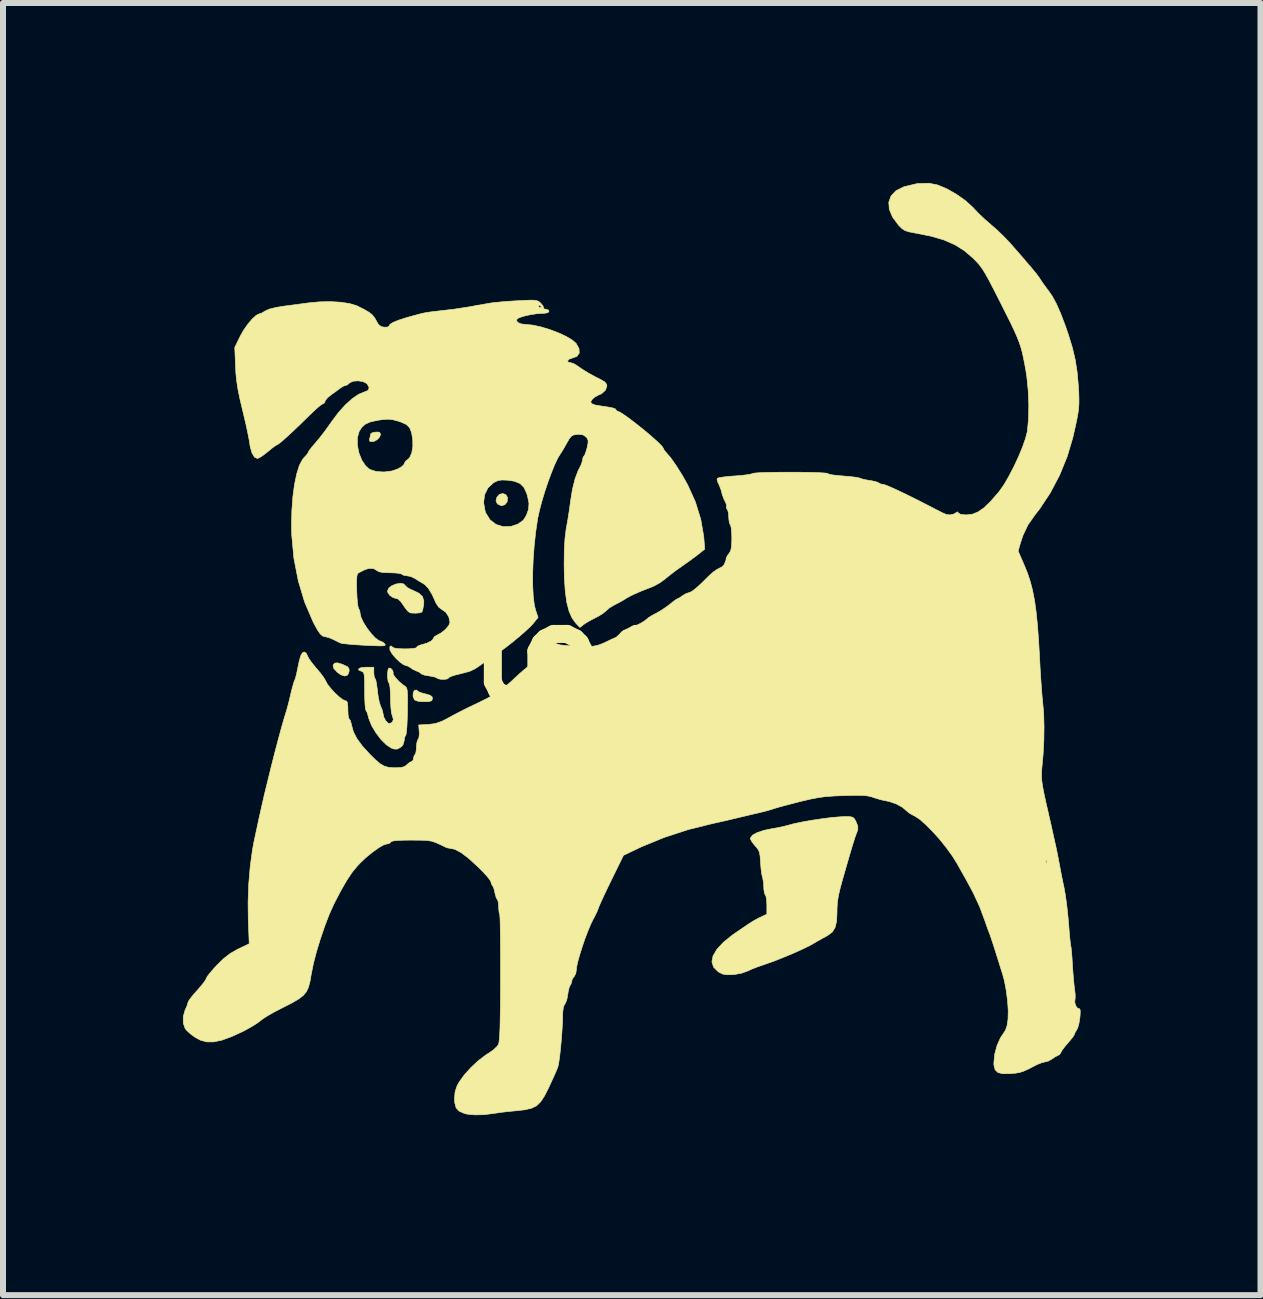
<source format=kicad_pcb>
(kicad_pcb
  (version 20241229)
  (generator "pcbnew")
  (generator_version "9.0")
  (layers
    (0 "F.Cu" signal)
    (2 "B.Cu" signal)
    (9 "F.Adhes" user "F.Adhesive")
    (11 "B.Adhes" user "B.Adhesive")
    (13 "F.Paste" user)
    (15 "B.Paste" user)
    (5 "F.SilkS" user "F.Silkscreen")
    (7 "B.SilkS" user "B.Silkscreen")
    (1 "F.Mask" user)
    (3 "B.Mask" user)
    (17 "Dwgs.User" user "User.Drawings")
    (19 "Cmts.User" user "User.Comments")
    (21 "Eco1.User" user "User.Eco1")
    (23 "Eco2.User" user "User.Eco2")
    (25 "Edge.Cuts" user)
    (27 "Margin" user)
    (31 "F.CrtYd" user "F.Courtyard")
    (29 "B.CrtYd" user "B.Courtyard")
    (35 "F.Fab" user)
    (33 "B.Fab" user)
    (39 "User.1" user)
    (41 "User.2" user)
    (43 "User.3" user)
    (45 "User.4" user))
  (footprint "logo"
    (layer "F.Cu")
    (at 7.271 7.845)
    (property "Reference" "logo" (at 0 0 0) (layer "F.SilkS") (effects (font (size 1.524 1.524) (thickness 0.3))))
    (attr through_hole)
    (fp_poly (pts (xy -1.888 -2.648) (xy -1.859 -2.599) (xy -1.859 -2.596) (xy -1.867 -2.526) (xy -1.906 -2.48) (xy -1.961 -2.464) (xy -2.017 -2.487) (xy -2.033 -2.503) (xy -2.052 -2.546) (xy -2.037 -2.603) (xy -2.036 -2.606) (xy -1.994 -2.653) (xy -1.939 -2.667) (xy -1.888 -2.648)) (stroke (width 0.01) (type solid)) (fill yes) (layer "F.SilkS"))
    (fp_poly (pts (xy -4.618 0.179) (xy -4.586 0.192) (xy -4.525 0.223) (xy -4.501 0.257) (xy -4.501 0.299) (xy -4.524 0.358) (xy -4.573 0.376) (xy -4.641 0.354) (xy -4.701 0.31) (xy -4.758 0.246) (xy -4.768 0.196) (xy -4.768 0.194) (xy -4.742 0.161) (xy -4.695 0.156) (xy -4.618 0.179)) (stroke (width 0.01) (type solid)) (fill yes) (layer "F.SilkS"))
    (fp_poly (pts (xy -3.991 -3.685) (xy -3.976 -3.652) (xy -3.994 -3.607) (xy -4.034 -3.564) (xy -4.086 -3.537) (xy -4.1 -3.535) (xy -4.15 -3.534) (xy -4.163 -3.554) (xy -4.157 -3.586) (xy -4.144 -3.638) (xy -4.141 -3.661) (xy -4.119 -3.678) (xy -4.07 -3.69) (xy -4.018 -3.692) (xy -3.991 -3.685)) (stroke (width 0.01) (type solid)) (fill yes) (layer "F.SilkS"))
    (fp_poly (pts (xy -3.357 0.627) (xy -3.324 0.647) (xy -3.259 0.667) (xy -3.226 0.675) (xy -3.152 0.696) (xy -3.118 0.721) (xy -3.111 0.749) (xy -3.122 0.785) (xy -3.163 0.8) (xy -3.2 0.803) (xy -3.284 0.802) (xy -3.356 0.795) (xy -3.409 0.774) (xy -3.432 0.723) (xy -3.435 0.707) (xy -3.431 0.65) (xy -3.408 0.613) (xy -3.376 0.609) (xy -3.357 0.627)) (stroke (width 0.01) (type solid)) (fill yes) (layer "F.SilkS"))
    (fp_poly (pts (xy -3.592 -1.16) (xy -3.566 -1.133) (xy -3.536 -1.103) (xy -3.475 -1.069) (xy -3.443 -1.056) (xy -3.339 -1.006) (xy -3.278 -0.949) (xy -3.255 -0.876) (xy -3.258 -0.811) (xy -3.271 -0.742) (xy -3.284 -0.698) (xy -3.288 -0.691) (xy -3.326 -0.678) (xy -3.39 -0.672) (xy -3.459 -0.675) (xy -3.485 -0.679) (xy -3.522 -0.706) (xy -3.568 -0.762) (xy -3.594 -0.802) (xy -3.642 -0.869) (xy -3.686 -0.909) (xy -3.704 -0.914) (xy -3.767 -0.932) (xy -3.825 -0.973) (xy -3.858 -1.024) (xy -3.861 -1.04) (xy -3.84 -1.089) (xy -3.788 -1.13) (xy -3.719 -1.158) (xy -3.648 -1.17) (xy -3.592 -1.16)) (stroke (width 0.01) (type solid)) (fill yes) (layer "F.SilkS"))
    (fp_poly (pts (xy -4.089 0.316) (xy -4.084 0.379) (xy -4.07 0.415) (xy -4.068 0.417) (xy -4.055 0.447) (xy -4.042 0.514) (xy -4.03 0.605) (xy -4.029 0.621) (xy -4.015 0.724) (xy -3.996 0.817) (xy -3.975 0.88) (xy -3.974 0.882) (xy -3.948 0.944) (xy -3.937 0.992) (xy -3.923 1.059) (xy -3.89 1.122) (xy -3.849 1.162) (xy -3.828 1.168) (xy -3.782 1.148) (xy -3.763 1.1) (xy -3.779 1.041) (xy -3.781 1.038) (xy -3.794 0.991) (xy -3.804 0.905) (xy -3.81 0.794) (xy -3.81 0.751) (xy -3.813 0.645) (xy -3.819 0.559) (xy -3.829 0.506) (xy -3.835 0.495) (xy -3.851 0.462) (xy -3.859 0.399) (xy -3.859 0.327) (xy -3.851 0.268) (xy -3.838 0.243) (xy -3.807 0.247) (xy -3.777 0.279) (xy -3.765 0.316) (xy -3.769 0.325) (xy -3.761 0.356) (xy -3.725 0.407) (xy -3.67 0.465) (xy -3.608 0.518) (xy -3.584 0.535) (xy -3.561 0.551) (xy -3.545 0.571) (xy -3.534 0.603) (xy -3.529 0.655) (xy -3.526 0.735) (xy -3.527 0.852) (xy -3.528 0.967) (xy -3.532 1.102) (xy -3.537 1.219) (xy -3.545 1.307) (xy -3.553 1.358) (xy -3.558 1.367) (xy -3.575 1.396) (xy -3.581 1.448) (xy -3.604 1.526) (xy -3.638 1.561) (xy -3.696 1.593) (xy -3.749 1.593) (xy -3.797 1.576) (xy -3.881 1.521) (xy -3.971 1.431) (xy -4.055 1.319) (xy -4.126 1.2) (xy -4.172 1.085) (xy -4.181 1.049) (xy -4.198 0.988) (xy -4.218 0.952) (xy -4.219 0.951) (xy -4.228 0.921) (xy -4.235 0.852) (xy -4.24 0.751) (xy -4.242 0.631) (xy -4.242 0.624) (xy -4.242 0.493) (xy -4.245 0.404) (xy -4.251 0.348) (xy -4.261 0.317) (xy -4.278 0.302) (xy -4.293 0.297) (xy -4.339 0.277) (xy -4.341 0.255) (xy -4.304 0.237) (xy -4.232 0.229) (xy -4.216 0.229) (xy -4.089 0.229) (xy -4.089 0.316)) (stroke (width 0.01) (type solid)) (fill yes) (layer "F.SilkS"))
    (fp_poly (pts (xy 3.847 2.72) (xy 3.895 2.73) (xy 3.925 2.756) (xy 3.952 2.807) (xy 3.953 2.81) (xy 3.98 2.879) (xy 3.98 2.934) (xy 3.965 2.981) (xy 3.949 3.022) (xy 3.932 3.069) (xy 3.913 3.13) (xy 3.887 3.213) (xy 3.854 3.324) (xy 3.811 3.471) (xy 3.772 3.607) (xy 3.724 3.775) (xy 3.688 3.905) (xy 3.664 4.007) (xy 3.648 4.091) (xy 3.639 4.168) (xy 3.634 4.246) (xy 3.633 4.327) (xy 3.626 4.467) (xy 3.601 4.569) (xy 3.555 4.643) (xy 3.483 4.698) (xy 3.458 4.712) (xy 3.379 4.755) (xy 3.287 4.807) (xy 3.251 4.829) (xy 3.162 4.878) (xy 3.037 4.938) (xy 2.892 5.003) (xy 2.738 5.067) (xy 2.59 5.126) (xy 2.46 5.172) (xy 2.422 5.185) (xy 2.317 5.221) (xy 2.214 5.261) (xy 2.15 5.291) (xy 2.048 5.328) (xy 1.925 5.352) (xy 1.893 5.354) (xy 1.797 5.356) (xy 1.73 5.345) (xy 1.67 5.316) (xy 1.651 5.304) (xy 1.576 5.229) (xy 1.548 5.141) (xy 1.567 5.041) (xy 1.632 4.931) (xy 1.741 4.814) (xy 1.895 4.69) (xy 1.947 4.654) (xy 2.034 4.595) (xy 2.12 4.536) (xy 2.159 4.509) (xy 2.241 4.458) (xy 2.335 4.407) (xy 2.356 4.397) (xy 2.464 4.346) (xy 2.464 4.194) (xy 2.46 4.11) (xy 2.45 4.049) (xy 2.438 4.026) (xy 2.423 3.993) (xy 2.414 3.929) (xy 2.413 3.899) (xy 2.408 3.815) (xy 2.395 3.743) (xy 2.391 3.729) (xy 2.378 3.675) (xy 2.367 3.588) (xy 2.359 3.487) (xy 2.359 3.481) (xy 2.352 3.38) (xy 2.34 3.313) (xy 2.317 3.264) (xy 2.278 3.217) (xy 2.266 3.204) (xy 2.218 3.145) (xy 2.191 3.095) (xy 2.19 3.078) (xy 2.223 3.03) (xy 2.302 2.986) (xy 2.418 2.948) (xy 2.542 2.922) (xy 2.646 2.904) (xy 2.74 2.884) (xy 2.805 2.867) (xy 2.807 2.867) (xy 2.909 2.839) (xy 3.048 2.81) (xy 3.209 2.781) (xy 3.377 2.756) (xy 3.54 2.735) (xy 3.682 2.723) (xy 3.764 2.719) (xy 3.847 2.72)) (stroke (width 0.01) (type solid)) (fill yes) (layer "F.SilkS"))
    (fp_poly (pts (xy -1.409 -5.889) (xy -1.367 -5.881) (xy -1.337 -5.867) (xy -1.311 -5.845) (xy -1.307 -5.841) (xy -1.269 -5.796) (xy -1.259 -5.764) (xy -1.26 -5.762) (xy -1.25 -5.745) (xy -1.221 -5.74) (xy -1.179 -5.726) (xy -1.168 -5.705) (xy -1.189 -5.681) (xy -1.253 -5.671) (xy -1.276 -5.671) (xy -1.37 -5.665) (xy -1.476 -5.649) (xy -1.577 -5.627) (xy -1.658 -5.601) (xy -1.698 -5.581) (xy -1.711 -5.548) (xy -1.685 -5.517) (xy -1.628 -5.494) (xy -1.559 -5.486) (xy -1.441 -5.475) (xy -1.302 -5.445) (xy -1.154 -5.4) (xy -1.009 -5.345) (xy -0.88 -5.285) (xy -0.777 -5.223) (xy -0.716 -5.169) (xy -0.668 -5.082) (xy -0.664 -5.008) (xy -0.704 -4.953) (xy -0.785 -4.924) (xy -0.785 -4.924) (xy -0.835 -4.906) (xy -0.858 -4.879) (xy -0.848 -4.857) (xy -0.818 -4.851) (xy -0.763 -4.836) (xy -0.708 -4.804) (xy -0.622 -4.744) (xy -0.509 -4.674) (xy -0.386 -4.607) (xy -0.311 -4.57) (xy -0.239 -4.528) (xy -0.207 -4.487) (xy -0.203 -4.46) (xy -0.227 -4.39) (xy -0.29 -4.332) (xy -0.346 -4.308) (xy -0.404 -4.276) (xy -0.446 -4.24) (xy -0.473 -4.198) (xy -0.46 -4.167) (xy -0.405 -4.144) (xy -0.305 -4.127) (xy -0.184 -4.109) (xy -0.106 -4.094) (xy -0.064 -4.079) (xy -0.051 -4.063) (xy -0.051 -4.062) (xy -0.031 -4.04) (xy -0.023 -4.039) (xy 0.015 -4.023) (xy 0.082 -3.98) (xy 0.171 -3.917) (xy 0.273 -3.839) (xy 0.381 -3.753) (xy 0.487 -3.666) (xy 0.583 -3.582) (xy 0.662 -3.51) (xy 0.716 -3.455) (xy 0.737 -3.423) (xy 0.737 -3.422) (xy 0.753 -3.388) (xy 0.777 -3.36) (xy 0.859 -3.265) (xy 0.952 -3.133) (xy 1.051 -2.976) (xy 1.144 -2.811) (xy 1.272 -2.528) (xy 1.362 -2.237) (xy 1.411 -1.953) (xy 1.413 -1.931) (xy 1.428 -1.74) (xy 1.325 -1.657) (xy 1.251 -1.601) (xy 1.155 -1.531) (xy 1.057 -1.462) (xy 1.049 -1.456) (xy 0.949 -1.386) (xy 0.851 -1.311) (xy 0.773 -1.248) (xy 0.769 -1.244) (xy 0.682 -1.18) (xy 0.583 -1.125) (xy 0.54 -1.107) (xy 0.459 -1.076) (xy 0.39 -1.049) (xy 0.368 -1.04) (xy 0.304 -1.012) (xy 0.254 -0.991) (xy 0.193 -0.961) (xy 0.115 -0.918) (xy 0.089 -0.901) (xy 0.008 -0.854) (xy -0.07 -0.813) (xy -0.089 -0.804) (xy -0.161 -0.76) (xy -0.215 -0.713) (xy -0.267 -0.67) (xy -0.344 -0.622) (xy -0.397 -0.594) (xy -0.483 -0.55) (xy -0.559 -0.505) (xy -0.59 -0.483) (xy -0.653 -0.434) (xy -0.719 -0.503) (xy -0.783 -0.59) (xy -0.834 -0.706) (xy -0.872 -0.854) (xy -0.897 -1.039) (xy -0.912 -1.266) (xy -0.916 -1.486) (xy -0.913 -1.726) (xy -0.901 -1.924) (xy -0.881 -2.085) (xy -0.876 -2.108) (xy -0.852 -2.243) (xy -0.829 -2.391) (xy -0.811 -2.522) (xy -0.811 -2.527) (xy -0.778 -2.734) (xy -0.733 -2.913) (xy -0.679 -3.056) (xy -0.658 -3.094) (xy -0.626 -3.162) (xy -0.61 -3.219) (xy -0.61 -3.226) (xy -0.599 -3.273) (xy -0.587 -3.288) (xy -0.568 -3.319) (xy -0.546 -3.383) (xy -0.533 -3.43) (xy -0.517 -3.509) (xy -0.517 -3.557) (xy -0.535 -3.593) (xy -0.548 -3.609) (xy -0.6 -3.645) (xy -0.674 -3.654) (xy -0.696 -3.652) (xy -0.753 -3.645) (xy -0.793 -3.625) (xy -0.829 -3.582) (xy -0.874 -3.504) (xy -0.875 -3.502) (xy -0.92 -3.422) (xy -0.96 -3.356) (xy -0.981 -3.324) (xy -1.022 -3.258) (xy -1.072 -3.152) (xy -1.127 -3.016) (xy -1.184 -2.862) (xy -1.239 -2.698) (xy -1.288 -2.535) (xy -1.328 -2.383) (xy -1.357 -2.251) (xy -1.357 -2.248) (xy -1.39 -2.027) (xy -1.415 -1.796) (xy -1.432 -1.565) (xy -1.44 -1.342) (xy -1.44 -1.136) (xy -1.431 -0.955) (xy -1.413 -0.808) (xy -1.389 -0.714) (xy -1.35 -0.602) (xy -1.43 -0.502) (xy -1.485 -0.443) (xy -1.567 -0.367) (xy -1.667 -0.28) (xy -1.776 -0.19) (xy -1.883 -0.106) (xy -1.979 -0.036) (xy -2.054 0.014) (xy -2.089 0.032) (xy -2.127 0.058) (xy -2.134 0.074) (xy -2.155 0.1) (xy -2.182 0.114) (xy -2.231 0.138) (xy -2.297 0.183) (xy -2.325 0.204) (xy -2.405 0.257) (xy -2.489 0.296) (xy -2.512 0.303) (xy -2.595 0.325) (xy -2.693 0.35) (xy -2.724 0.357) (xy -2.794 0.379) (xy -2.837 0.4) (xy -2.845 0.41) (xy -2.866 0.425) (xy -2.917 0.431) (xy -2.976 0.429) (xy -3.021 0.419) (xy -3.033 0.41) (xy -3.065 0.394) (xy -3.128 0.38) (xy -3.165 0.374) (xy -3.238 0.362) (xy -3.289 0.344) (xy -3.299 0.336) (xy -3.333 0.31) (xy -3.377 0.292) (xy -3.44 0.263) (xy -3.474 0.238) (xy -3.525 0.208) (xy -3.551 0.203) (xy -3.599 0.183) (xy -3.663 0.135) (xy -3.729 0.071) (xy -3.785 0.003) (xy -3.818 -0.055) (xy -3.82 -0.061) (xy -3.822 -0.111) (xy -3.803 -0.128) (xy -3.773 -0.104) (xy -3.772 -0.102) (xy -3.741 -0.089) (xy -3.678 -0.081) (xy -3.596 -0.077) (xy -3.51 -0.078) (xy -3.436 -0.083) (xy -3.388 -0.092) (xy -3.378 -0.101) (xy -3.356 -0.124) (xy -3.308 -0.142) (xy -3.208 -0.171) (xy -3.135 -0.206) (xy -3.1 -0.24) (xy -3.099 -0.248) (xy -3.078 -0.281) (xy -3.04 -0.303) (xy -2.963 -0.345) (xy -2.892 -0.403) (xy -2.839 -0.466) (xy -2.819 -0.518) (xy -2.839 -0.612) (xy -2.89 -0.69) (xy -2.948 -0.729) (xy -3.008 -0.774) (xy -3.051 -0.839) (xy -3.116 -0.982) (xy -3.176 -1.082) (xy -3.234 -1.145) (xy -3.265 -1.166) (xy -3.34 -1.21) (xy -3.403 -1.251) (xy -3.473 -1.284) (xy -3.535 -1.295) (xy -3.591 -1.304) (xy -3.619 -1.321) (xy -3.651 -1.333) (xy -3.719 -1.342) (xy -3.81 -1.346) (xy -3.821 -1.346) (xy -3.933 -1.35) (xy -4.003 -1.363) (xy -4.039 -1.384) (xy -4.095 -1.417) (xy -4.175 -1.418) (xy -4.248 -1.393) (xy -4.309 -1.362) (xy -4.343 -1.345) (xy -4.361 -1.328) (xy -4.371 -1.29) (xy -4.376 -1.224) (xy -4.376 -1.12) (xy -4.374 -1.051) (xy -4.369 -0.936) (xy -4.361 -0.84) (xy -4.351 -0.774) (xy -4.342 -0.751) (xy -4.322 -0.707) (xy -4.318 -0.672) (xy -4.302 -0.603) (xy -4.261 -0.516) (xy -4.202 -0.422) (xy -4.133 -0.333) (xy -4.064 -0.259) (xy -4.003 -0.214) (xy -3.972 -0.204) (xy -3.934 -0.186) (xy -3.908 -0.161) (xy -3.898 -0.145) (xy -3.904 -0.134) (xy -3.932 -0.128) (xy -3.991 -0.127) (xy -4.085 -0.13) (xy -4.223 -0.136) (xy -4.238 -0.137) (xy -4.372 -0.145) (xy -4.489 -0.154) (xy -4.581 -0.163) (xy -4.636 -0.172) (xy -4.644 -0.175) (xy -4.695 -0.199) (xy -4.763 -0.233) (xy -4.771 -0.237) (xy -4.839 -0.265) (xy -4.895 -0.279) (xy -4.9 -0.279) (xy -4.94 -0.29) (xy -4.981 -0.325) (xy -5.027 -0.391) (xy -5.085 -0.497) (xy -5.103 -0.533) (xy -5.242 -0.857) (xy -5.348 -1.212) (xy -5.421 -1.587) (xy -5.457 -1.972) (xy -5.461 -2.14) (xy -5.455 -2.387) (xy -5.445 -2.515) (xy -2.258 -2.515) (xy -2.233 -2.374) (xy -2.22 -2.339) (xy -2.151 -2.228) (xy -2.052 -2.152) (xy -1.932 -2.115) (xy -1.8 -2.119) (xy -1.687 -2.157) (xy -1.595 -2.222) (xy -1.543 -2.305) (xy -1.508 -2.407) (xy -1.502 -2.506) (xy -1.525 -2.62) (xy -1.539 -2.667) (xy -1.584 -2.767) (xy -1.649 -2.833) (xy -1.744 -2.872) (xy -1.855 -2.889) (xy -1.951 -2.893) (xy -2.019 -2.883) (xy -2.082 -2.853) (xy -2.094 -2.846) (xy -2.186 -2.761) (xy -2.242 -2.647) (xy -2.258 -2.515) (xy -5.445 -2.515) (xy -5.438 -2.616) (xy -5.41 -2.822) (xy -5.373 -2.998) (xy -5.329 -3.138) (xy -5.277 -3.235) (xy -5.256 -3.261) (xy -5.209 -3.311) (xy -5.183 -3.349) (xy -5.182 -3.356) (xy -5.166 -3.384) (xy -5.124 -3.438) (xy -5.065 -3.507) (xy -5.061 -3.512) (xy -4.993 -3.593) (xy -4.989 -3.598) (xy -4.363 -3.598) (xy -4.363 -3.473) (xy -4.337 -3.343) (xy -4.288 -3.221) (xy -4.221 -3.122) (xy -4.155 -3.068) (xy -4.048 -3.034) (xy -3.919 -3.026) (xy -3.786 -3.043) (xy -3.694 -3.074) (xy -3.628 -3.111) (xy -3.588 -3.148) (xy -3.581 -3.164) (xy -3.561 -3.206) (xy -3.545 -3.216) (xy -3.493 -3.261) (xy -3.456 -3.344) (xy -3.438 -3.453) (xy -3.44 -3.566) (xy -3.459 -3.684) (xy -3.491 -3.763) (xy -3.544 -3.817) (xy -3.63 -3.856) (xy -3.68 -3.873) (xy -3.77 -3.897) (xy -3.845 -3.906) (xy -3.926 -3.902) (xy -4.018 -3.889) (xy -4.143 -3.862) (xy -4.229 -3.825) (xy -4.29 -3.771) (xy -4.333 -3.703) (xy -4.363 -3.598) (xy -4.989 -3.598) (xy -4.91 -3.7) (xy -4.827 -3.815) (xy -4.788 -3.871) (xy -4.68 -4.015) (xy -4.565 -4.143) (xy -4.449 -4.248) (xy -4.341 -4.322) (xy -4.249 -4.359) (xy -4.249 -4.359) (xy -4.184 -4.386) (xy -4.166 -4.431) (xy -4.195 -4.488) (xy -4.212 -4.505) (xy -4.272 -4.534) (xy -4.352 -4.546) (xy -4.431 -4.54) (xy -4.489 -4.515) (xy -4.496 -4.508) (xy -4.536 -4.476) (xy -4.557 -4.47) (xy -4.599 -4.456) (xy -4.637 -4.432) (xy -4.687 -4.395) (xy -4.757 -4.344) (xy -4.794 -4.318) (xy -4.856 -4.268) (xy -4.895 -4.222) (xy -4.902 -4.204) (xy -4.919 -4.17) (xy -4.934 -4.166) (xy -4.964 -4.149) (xy -5.021 -4.103) (xy -5.096 -4.035) (xy -5.169 -3.965) (xy -5.305 -3.831) (xy -5.429 -3.713) (xy -5.535 -3.615) (xy -5.619 -3.54) (xy -5.677 -3.494) (xy -5.702 -3.48) (xy -5.73 -3.464) (xy -5.785 -3.424) (xy -5.854 -3.367) (xy -5.856 -3.365) (xy -5.929 -3.308) (xy -5.991 -3.267) (xy -6.03 -3.251) (xy -6.03 -3.251) (xy -6.079 -3.275) (xy -6.12 -3.344) (xy -6.15 -3.451) (xy -6.158 -3.505) (xy -6.17 -3.578) (xy -6.192 -3.688) (xy -6.221 -3.823) (xy -6.256 -3.971) (xy -6.278 -4.064) (xy -6.322 -4.249) (xy -6.353 -4.401) (xy -6.374 -4.535) (xy -6.388 -4.667) (xy -6.394 -4.793) (xy -6.407 -5.103) (xy -6.315 -5.292) (xy -6.256 -5.396) (xy -6.186 -5.495) (xy -6.114 -5.579) (xy -6.048 -5.639) (xy -5.996 -5.664) (xy -5.992 -5.664) (xy -5.953 -5.678) (xy -5.898 -5.711) (xy -5.897 -5.712) (xy -5.829 -5.742) (xy -5.721 -5.769) (xy -5.601 -5.789) (xy -5.464 -5.807) (xy -5.314 -5.827) (xy -5.18 -5.845) (xy -5.166 -5.847) (xy -4.988 -5.863) (xy -4.807 -5.866) (xy -4.637 -5.856) (xy -4.49 -5.833) (xy -4.379 -5.8) (xy -4.368 -5.795) (xy -4.249 -5.736) (xy -4.166 -5.687) (xy -4.11 -5.641) (xy -4.071 -5.59) (xy -4.05 -5.551) (xy -4.01 -5.483) (xy -3.967 -5.451) (xy -3.918 -5.44) (xy -3.862 -5.442) (xy -3.836 -5.457) (xy -3.835 -5.459) (xy -3.819 -5.488) (xy -3.767 -5.52) (xy -3.676 -5.557) (xy -3.543 -5.6) (xy -3.364 -5.649) (xy -3.289 -5.669) (xy -3.215 -5.684) (xy -3.11 -5.699) (xy -2.995 -5.712) (xy -2.972 -5.715) (xy -2.753 -5.74) (xy -2.488 -5.781) (xy -2.423 -5.793) (xy -1.346 -5.793) (xy -1.328 -5.767) (xy -1.321 -5.766) (xy -1.296 -5.774) (xy -1.295 -5.777) (xy -1.313 -5.799) (xy -1.321 -5.804) (xy -1.344 -5.802) (xy -1.346 -5.793) (xy -2.423 -5.793) (xy -2.181 -5.836) (xy -2.172 -5.838) (xy -2.097 -5.849) (xy -1.986 -5.86) (xy -1.854 -5.871) (xy -1.715 -5.88) (xy -1.707 -5.88) (xy -1.569 -5.887) (xy -1.473 -5.891) (xy -1.409 -5.889)) (stroke (width 0.01) (type solid)) (fill yes) (layer "F.SilkS"))
    (fp_poly (pts (xy 5.311 -7.811) (xy 5.465 -7.747) (xy 5.626 -7.655) (xy 5.778 -7.547) (xy 5.901 -7.435) (xy 5.918 -7.416) (xy 5.996 -7.334) (xy 6.095 -7.24) (xy 6.194 -7.155) (xy 6.202 -7.147) (xy 6.298 -7.064) (xy 6.407 -6.959) (xy 6.511 -6.851) (xy 6.545 -6.812) (xy 6.678 -6.66) (xy 6.781 -6.54) (xy 6.86 -6.448) (xy 6.918 -6.379) (xy 6.96 -6.327) (xy 6.99 -6.287) (xy 7.013 -6.253) (xy 7.023 -6.238) (xy 7.07 -6.168) (xy 7.131 -6.085) (xy 7.157 -6.051) (xy 7.224 -5.954) (xy 7.291 -5.83) (xy 7.361 -5.671) (xy 7.437 -5.472) (xy 7.489 -5.321) (xy 7.556 -5.104) (xy 7.605 -4.897) (xy 7.638 -4.683) (xy 7.659 -4.443) (xy 7.664 -4.356) (xy 7.667 -4.257) (xy 7.667 -4.171) (xy 7.662 -4.088) (xy 7.65 -3.999) (xy 7.63 -3.89) (xy 7.6 -3.753) (xy 7.564 -3.596) (xy 7.472 -3.286) (xy 7.345 -2.974) (xy 7.188 -2.676) (xy 7.01 -2.408) (xy 6.934 -2.311) (xy 6.818 -2.147) (xy 6.733 -1.967) (xy 6.694 -1.85) (xy 6.653 -1.708) (xy 6.755 -1.473) (xy 6.811 -1.335) (xy 6.857 -1.196) (xy 6.895 -1.047) (xy 6.927 -0.883) (xy 6.953 -0.695) (xy 6.975 -0.477) (xy 6.994 -0.223) (xy 7.011 0.076) (xy 7.011 0.076) (xy 7.02 0.251) (xy 7.031 0.422) (xy 7.042 0.577) (xy 7.052 0.706) (xy 7.061 0.797) (xy 7.062 0.808) (xy 7.079 0.995) (xy 7.085 1.215) (xy 7.082 1.451) (xy 7.069 1.688) (xy 7.058 1.808) (xy 7.049 1.906) (xy 7.043 1.988) (xy 7.043 2.063) (xy 7.05 2.141) (xy 7.064 2.232) (xy 7.086 2.345) (xy 7.118 2.491) (xy 7.15 2.629) (xy 7.204 2.867) (xy 7.251 3.079) (xy 7.291 3.259) (xy 7.32 3.403) (xy 7.339 3.504) (xy 7.342 3.518) (xy 7.357 3.601) (xy 7.379 3.714) (xy 7.404 3.837) (xy 7.415 3.886) (xy 7.437 4.006) (xy 7.459 4.158) (xy 7.478 4.323) (xy 7.493 4.482) (xy 7.494 4.494) (xy 7.504 4.625) (xy 7.514 4.738) (xy 7.523 4.823) (xy 7.529 4.87) (xy 7.531 4.877) (xy 7.537 4.908) (xy 7.544 4.978) (xy 7.552 5.078) (xy 7.558 5.184) (xy 7.567 5.315) (xy 7.577 5.442) (xy 7.588 5.546) (xy 7.595 5.6) (xy 7.604 5.68) (xy 7.605 5.741) (xy 7.602 5.759) (xy 7.597 5.814) (xy 7.613 5.872) (xy 7.642 5.912) (xy 7.66 5.918) (xy 7.681 5.926) (xy 7.689 5.956) (xy 7.687 6.02) (xy 7.682 6.077) (xy 7.667 6.167) (xy 7.647 6.241) (xy 7.629 6.276) (xy 7.601 6.321) (xy 7.595 6.343) (xy 7.579 6.374) (xy 7.537 6.43) (xy 7.48 6.497) (xy 7.422 6.566) (xy 7.381 6.622) (xy 7.366 6.653) (xy 7.345 6.685) (xy 7.322 6.698) (xy 7.269 6.725) (xy 7.217 6.761) (xy 7.154 6.796) (xy 7.102 6.809) (xy 7.049 6.821) (xy 6.974 6.851) (xy 6.934 6.871) (xy 6.826 6.927) (xy 6.746 6.963) (xy 6.679 6.985) (xy 6.609 6.997) (xy 6.52 7.005) (xy 6.398 7.006) (xy 6.317 6.986) (xy 6.27 6.94) (xy 6.25 6.865) (xy 6.249 6.822) (xy 6.263 6.68) (xy 6.302 6.535) (xy 6.358 6.409) (xy 6.395 6.353) (xy 6.44 6.286) (xy 6.467 6.212) (xy 6.483 6.11) (xy 6.485 6.088) (xy 6.488 5.952) (xy 6.477 5.787) (xy 6.454 5.613) (xy 6.423 5.449) (xy 6.391 5.334) (xy 6.367 5.26) (xy 6.334 5.154) (xy 6.296 5.034) (xy 6.275 4.966) (xy 6.239 4.854) (xy 6.207 4.757) (xy 6.183 4.687) (xy 6.173 4.661) (xy 6.153 4.61) (xy 6.125 4.53) (xy 6.099 4.455) (xy 6.013 4.224) (xy 5.903 3.987) (xy 5.796 3.788) (xy 5.739 3.687) (xy 5.688 3.596) (xy 5.65 3.528) (xy 5.639 3.508) (xy 5.612 3.465) (xy 7.114 3.465) (xy 7.119 3.498) (xy 7.127 3.498) (xy 7.133 3.464) (xy 7.129 3.45) (xy 7.118 3.44) (xy 7.114 3.465) (xy 5.612 3.465) (xy 5.557 3.376) (xy 5.456 3.237) (xy 5.344 3.097) (xy 5.227 2.967) (xy 5.114 2.853) (xy 5.012 2.764) (xy 4.928 2.709) (xy 4.916 2.704) (xy 4.85 2.669) (xy 4.803 2.632) (xy 4.802 2.631) (xy 4.726 2.565) (xy 4.62 2.507) (xy 4.506 2.468) (xy 4.472 2.461) (xy 4.371 2.44) (xy 4.266 2.409) (xy 4.242 2.4) (xy 4.187 2.383) (xy 4.126 2.372) (xy 4.047 2.366) (xy 3.94 2.365) (xy 3.795 2.368) (xy 3.747 2.369) (xy 3.578 2.376) (xy 3.442 2.386) (xy 3.318 2.403) (xy 3.188 2.428) (xy 3.032 2.465) (xy 2.997 2.474) (xy 2.862 2.509) (xy 2.74 2.541) (xy 2.642 2.568) (xy 2.579 2.587) (xy 2.565 2.592) (xy 2.507 2.61) (xy 2.42 2.634) (xy 2.337 2.654) (xy 2.229 2.679) (xy 2.099 2.71) (xy 1.971 2.74) (xy 1.956 2.744) (xy 1.83 2.774) (xy 1.699 2.804) (xy 1.587 2.829) (xy 1.575 2.831) (xy 1.156 2.935) (xy 0.754 3.066) (xy 0.384 3.218) (xy 0.325 3.245) (xy 0.074 3.365) (xy -0.126 3.772) (xy -0.192 3.908) (xy -0.251 4.032) (xy -0.298 4.135) (xy -0.331 4.209) (xy -0.343 4.242) (xy -0.366 4.3) (xy -0.404 4.379) (xy -0.433 4.432) (xy -0.474 4.518) (xy -0.522 4.633) (xy -0.572 4.765) (xy -0.619 4.904) (xy -0.66 5.036) (xy -0.692 5.151) (xy -0.709 5.236) (xy -0.711 5.264) (xy -0.721 5.333) (xy -0.746 5.382) (xy -0.749 5.385) (xy -0.782 5.432) (xy -0.787 5.459) (xy -0.802 5.512) (xy -0.813 5.528) (xy -0.831 5.566) (xy -0.848 5.637) (xy -0.855 5.685) (xy -0.87 5.766) (xy -0.892 5.826) (xy -0.905 5.845) (xy -0.928 5.892) (xy -0.939 5.981) (xy -0.94 6.022) (xy -0.942 6.133) (xy -0.95 6.267) (xy -0.96 6.411) (xy -0.973 6.556) (xy -0.987 6.689) (xy -1.002 6.8) (xy -1.016 6.876) (xy -1.021 6.896) (xy -1.043 6.95) (xy -1.081 7.037) (xy -1.13 7.143) (xy -1.169 7.229) (xy -1.24 7.37) (xy -1.305 7.471) (xy -1.374 7.539) (xy -1.459 7.581) (xy -1.57 7.607) (xy -1.712 7.623) (xy -1.839 7.635) (xy -1.968 7.65) (xy -2.075 7.666) (xy -2.095 7.669) (xy -2.253 7.689) (xy -2.403 7.692) (xy -2.53 7.68) (xy -2.574 7.67) (xy -2.664 7.631) (xy -2.717 7.574) (xy -2.74 7.487) (xy -2.743 7.419) (xy -2.734 7.308) (xy -2.702 7.212) (xy -2.669 7.15) (xy -2.586 7.033) (xy -2.474 6.908) (xy -2.347 6.789) (xy -2.219 6.692) (xy -2.172 6.662) (xy -2.095 6.609) (xy -2.035 6.552) (xy -2.012 6.521) (xy -2.003 6.49) (xy -1.996 6.436) (xy -1.99 6.353) (xy -1.985 6.239) (xy -1.982 6.088) (xy -1.979 5.898) (xy -1.977 5.665) (xy -1.976 5.411) (xy -1.976 5.185) (xy -1.977 4.976) (xy -1.978 4.788) (xy -1.98 4.627) (xy -1.982 4.497) (xy -1.985 4.406) (xy -1.989 4.358) (xy -1.99 4.351) (xy -2 4.318) (xy -2.006 4.253) (xy -2.007 4.226) (xy -2.012 4.156) (xy -2.024 4.11) (xy -2.03 4.103) (xy -2.048 4.071) (xy -2.066 4.009) (xy -2.07 3.988) (xy -2.086 3.92) (xy -2.105 3.877) (xy -2.11 3.872) (xy -2.13 3.837) (xy -2.134 3.812) (xy -2.151 3.778) (xy -2.199 3.717) (xy -2.269 3.639) (xy -2.356 3.553) (xy -2.356 3.553) (xy -2.509 3.414) (xy -2.636 3.318) (xy -2.739 3.264) (xy -2.805 3.251) (xy -2.863 3.24) (xy -2.89 3.23) (xy -2.988 3.182) (xy -3.064 3.149) (xy -3.13 3.128) (xy -3.201 3.117) (xy -3.29 3.113) (xy -3.411 3.112) (xy -3.463 3.111) (xy -3.611 3.113) (xy -3.713 3.118) (xy -3.775 3.127) (xy -3.802 3.14) (xy -3.804 3.143) (xy -3.834 3.169) (xy -3.871 3.175) (xy -3.928 3.192) (xy -4.01 3.24) (xy -4.108 3.31) (xy -4.213 3.395) (xy -4.313 3.49) (xy -4.361 3.54) (xy -4.447 3.644) (xy -4.535 3.775) (xy -4.631 3.94) (xy -4.738 4.144) (xy -4.761 4.191) (xy -4.833 4.351) (xy -4.907 4.545) (xy -4.979 4.756) (xy -5.044 4.969) (xy -5.096 5.168) (xy -5.13 5.338) (xy -5.132 5.347) (xy -5.153 5.469) (xy -5.178 5.564) (xy -5.213 5.639) (xy -5.266 5.702) (xy -5.343 5.761) (xy -5.451 5.824) (xy -5.597 5.899) (xy -5.635 5.918) (xy -5.749 5.977) (xy -5.855 6.037) (xy -5.939 6.091) (xy -5.975 6.119) (xy -6.041 6.168) (xy -6.135 6.226) (xy -6.239 6.284) (xy -6.264 6.297) (xy -6.459 6.387) (xy -6.621 6.446) (xy -6.758 6.475) (xy -6.875 6.475) (xy -6.981 6.446) (xy -7.071 6.397) (xy -7.147 6.341) (xy -7.209 6.283) (xy -7.233 6.254) (xy -7.265 6.164) (xy -7.266 6.055) (xy -7.236 5.947) (xy -7.228 5.931) (xy -7.201 5.868) (xy -7.188 5.822) (xy -7.188 5.82) (xy -7.172 5.787) (xy -7.129 5.728) (xy -7.066 5.653) (xy -7.036 5.62) (xy -6.968 5.542) (xy -6.915 5.475) (xy -6.886 5.429) (xy -6.883 5.419) (xy -6.867 5.387) (xy -6.822 5.329) (xy -6.757 5.253) (xy -6.707 5.199) (xy -6.592 5.086) (xy -6.485 5.003) (xy -6.37 4.937) (xy -6.348 4.926) (xy -6.166 4.839) (xy -6.182 4.432) (xy -6.185 4.142) (xy -6.174 3.842) (xy -6.149 3.547) (xy -6.112 3.275) (xy -6.084 3.124) (xy -6.057 3) (xy -6.027 2.862) (xy -6.006 2.762) (xy -5.962 2.566) (xy -5.912 2.347) (xy -5.855 2.115) (xy -5.797 1.878) (xy -5.738 1.646) (xy -5.68 1.428) (xy -5.628 1.235) (xy -5.582 1.074) (xy -5.552 0.978) (xy -5.53 0.903) (xy -5.503 0.799) (xy -5.476 0.688) (xy -5.473 0.673) (xy -5.449 0.576) (xy -5.427 0.497) (xy -5.411 0.45) (xy -5.408 0.445) (xy -5.394 0.408) (xy -5.376 0.337) (xy -5.359 0.254) (xy -5.332 0.125) (xy -5.307 0.039) (xy -5.282 -0.008) (xy -5.253 -0.025) (xy -5.248 -0.025) (xy -5.215 -0.004) (xy -5.197 0.034) (xy -5.174 0.081) (xy -5.125 0.151) (xy -5.06 0.231) (xy -5.045 0.249) (xy -4.977 0.329) (xy -4.923 0.402) (xy -4.892 0.455) (xy -4.889 0.462) (xy -4.861 0.514) (xy -4.808 0.581) (xy -4.741 0.654) (xy -4.671 0.72) (xy -4.609 0.768) (xy -4.567 0.787) (xy -4.567 0.787) (xy -4.541 0.795) (xy -4.527 0.824) (xy -4.522 0.887) (xy -4.521 0.94) (xy -4.518 1.02) (xy -4.509 1.075) (xy -4.499 1.092) (xy -4.481 1.115) (xy -4.465 1.17) (xy -4.462 1.187) (xy -4.43 1.303) (xy -4.371 1.419) (xy -4.279 1.544) (xy -4.162 1.672) (xy -4.063 1.771) (xy -3.985 1.837) (xy -3.916 1.877) (xy -3.845 1.898) (xy -3.759 1.905) (xy -3.719 1.905) (xy -3.627 1.9) (xy -3.57 1.882) (xy -3.537 1.854) (xy -3.493 1.816) (xy -3.461 1.803) (xy -3.435 1.782) (xy -3.429 1.754) (xy -3.417 1.705) (xy -3.404 1.689) (xy -3.388 1.656) (xy -3.379 1.592) (xy -3.378 1.562) (xy -3.372 1.49) (xy -3.358 1.442) (xy -3.351 1.434) (xy -3.336 1.4) (xy -3.33 1.335) (xy -3.332 1.304) (xy -3.34 1.191) (xy -3.188 1.184) (xy -3.068 1.169) (xy -2.956 1.131) (xy -2.883 1.094) (xy -2.754 1.024) (xy -2.646 0.968) (xy -2.54 0.914) (xy -2.416 0.855) (xy -2.337 0.817) (xy -2.171 0.734) (xy -2.037 0.656) (xy -1.919 0.57) (xy -1.799 0.467) (xy -1.746 0.417) (xy -1.664 0.341) (xy -1.587 0.274) (xy -1.529 0.228) (xy -1.518 0.221) (xy -1.469 0.18) (xy -1.448 0.142) (xy -1.448 0.141) (xy -1.427 0.105) (xy -1.379 0.071) (xy -1.319 0.03) (xy -1.283 -0.014) (xy -1.251 -0.066) (xy -1.202 -0.133) (xy -1.187 -0.153) (xy -1.142 -0.206) (xy -1.115 -0.224) (xy -1.093 -0.21) (xy -1.079 -0.192) (xy -1.043 -0.162) (xy -0.985 -0.144) (xy -0.89 -0.133) (xy -0.87 -0.132) (xy -0.779 -0.124) (xy -0.709 -0.112) (xy -0.674 -0.099) (xy -0.631 -0.082) (xy -0.567 -0.077) (xy -0.506 -0.083) (xy -0.47 -0.101) (xy -0.47 -0.102) (xy -0.434 -0.122) (xy -0.399 -0.127) (xy -0.347 -0.139) (xy -0.27 -0.168) (xy -0.193 -0.204) (xy -0.112 -0.243) (xy -0.047 -0.27) (xy -0.013 -0.279) (xy 0.025 -0.297) (xy 0.066 -0.333) (xy 0.114 -0.372) (xy 0.192 -0.419) (xy 0.268 -0.457) (xy 0.352 -0.5) (xy 0.42 -0.54) (xy 0.454 -0.567) (xy 0.495 -0.601) (xy 0.564 -0.642) (xy 0.605 -0.663) (xy 0.695 -0.714) (xy 0.793 -0.78) (xy 0.842 -0.817) (xy 0.907 -0.869) (xy 0.957 -0.904) (xy 0.977 -0.914) (xy 1.008 -0.929) (xy 1.057 -0.963) (xy 1.06 -0.965) (xy 1.12 -1.001) (xy 1.173 -1.016) (xy 1.211 -1.033) (xy 1.273 -1.08) (xy 1.348 -1.147) (xy 1.39 -1.187) (xy 1.491 -1.287) (xy 1.568 -1.356) (xy 1.632 -1.402) (xy 1.691 -1.432) (xy 1.706 -1.437) (xy 1.749 -1.476) (xy 1.78 -1.548) (xy 1.788 -1.592) (xy 1.806 -1.632) (xy 1.835 -1.67) (xy 1.859 -1.709) (xy 1.873 -1.769) (xy 1.879 -1.862) (xy 1.88 -1.925) (xy 1.877 -2.022) (xy 1.869 -2.099) (xy 1.858 -2.142) (xy 1.854 -2.146) (xy 1.839 -2.179) (xy 1.83 -2.244) (xy 1.829 -2.273) (xy 1.823 -2.345) (xy 1.81 -2.392) (xy 1.803 -2.401) (xy 1.788 -2.43) (xy 1.791 -2.439) (xy 1.792 -2.478) (xy 1.781 -2.507) (xy 1.746 -2.58) (xy 1.72 -2.651) (xy 1.713 -2.68) (xy 1.696 -2.741) (xy 1.665 -2.818) (xy 1.648 -2.852) (xy 1.634 -2.899) (xy 1.638 -2.92) (xy 1.667 -2.93) (xy 1.736 -2.942) (xy 1.835 -2.953) (xy 1.931 -2.96) (xy 2.045 -2.969) (xy 2.139 -2.981) (xy 2.203 -2.992) (xy 2.225 -3.001) (xy 2.253 -3.007) (xy 2.323 -3.013) (xy 2.426 -3.017) (xy 2.554 -3.02) (xy 2.699 -3.022) (xy 2.852 -3.022) (xy 3.005 -3.022) (xy 3.15 -3.02) (xy 3.279 -3.017) (xy 3.382 -3.012) (xy 3.452 -3.007) (xy 3.48 -3) (xy 3.48 -3) (xy 3.503 -2.988) (xy 3.567 -2.976) (xy 3.659 -2.966) (xy 3.727 -2.96) (xy 3.838 -2.951) (xy 3.932 -2.94) (xy 3.996 -2.929) (xy 4.014 -2.923) (xy 4.061 -2.907) (xy 4.137 -2.891) (xy 4.186 -2.884) (xy 4.263 -2.869) (xy 4.317 -2.852) (xy 4.332 -2.842) (xy 4.366 -2.824) (xy 4.402 -2.82) (xy 4.444 -2.808) (xy 4.526 -2.774) (xy 4.643 -2.721) (xy 4.791 -2.65) (xy 4.965 -2.564) (xy 5.161 -2.464) (xy 5.296 -2.394) (xy 5.382 -2.35) (xy 5.438 -2.325) (xy 5.479 -2.314) (xy 5.519 -2.311) (xy 5.519 -2.311) (xy 5.581 -2.325) (xy 5.611 -2.343) (xy 5.642 -2.362) (xy 5.657 -2.343) (xy 5.689 -2.322) (xy 5.763 -2.312) (xy 5.795 -2.311) (xy 5.892 -2.323) (xy 5.987 -2.361) (xy 6.085 -2.43) (xy 6.194 -2.535) (xy 6.319 -2.679) (xy 6.345 -2.711) (xy 6.419 -2.817) (xy 6.499 -2.955) (xy 6.581 -3.112) (xy 6.658 -3.277) (xy 6.725 -3.438) (xy 6.776 -3.583) (xy 6.806 -3.698) (xy 6.808 -3.713) (xy 6.827 -3.915) (xy 6.831 -4.145) (xy 6.821 -4.385) (xy 6.798 -4.614) (xy 6.783 -4.712) (xy 6.762 -4.829) (xy 6.742 -4.929) (xy 6.723 -5.018) (xy 6.7 -5.101) (xy 6.672 -5.185) (xy 6.636 -5.277) (xy 6.59 -5.381) (xy 6.531 -5.506) (xy 6.456 -5.656) (xy 6.364 -5.839) (xy 6.252 -6.06) (xy 6.237 -6.088) (xy 6.164 -6.229) (xy 6.106 -6.334) (xy 6.055 -6.415) (xy 6.005 -6.482) (xy 5.947 -6.546) (xy 5.903 -6.59) (xy 5.759 -6.714) (xy 5.6 -6.814) (xy 5.418 -6.894) (xy 5.203 -6.957) (xy 4.948 -7.008) (xy 4.935 -7.01) (xy 4.835 -7.029) (xy 4.768 -7.051) (xy 4.716 -7.085) (xy 4.662 -7.139) (xy 4.659 -7.142) (xy 4.559 -7.277) (xy 4.505 -7.406) (xy 4.497 -7.524) (xy 4.535 -7.629) (xy 4.617 -7.715) (xy 4.744 -7.779) (xy 4.755 -7.783) (xy 4.97 -7.834) (xy 5.166 -7.84) (xy 5.311 -7.811)) (stroke (width 0.01) (type solid)) (fill yes) (layer "F.SilkS")))
  (gr_rect
    (start -3 -3)
    (end 17.965 18.542)
    (stroke (width 0.1) (type default))
    (fill no)
    (layer "Edge.Cuts")))
</source>
